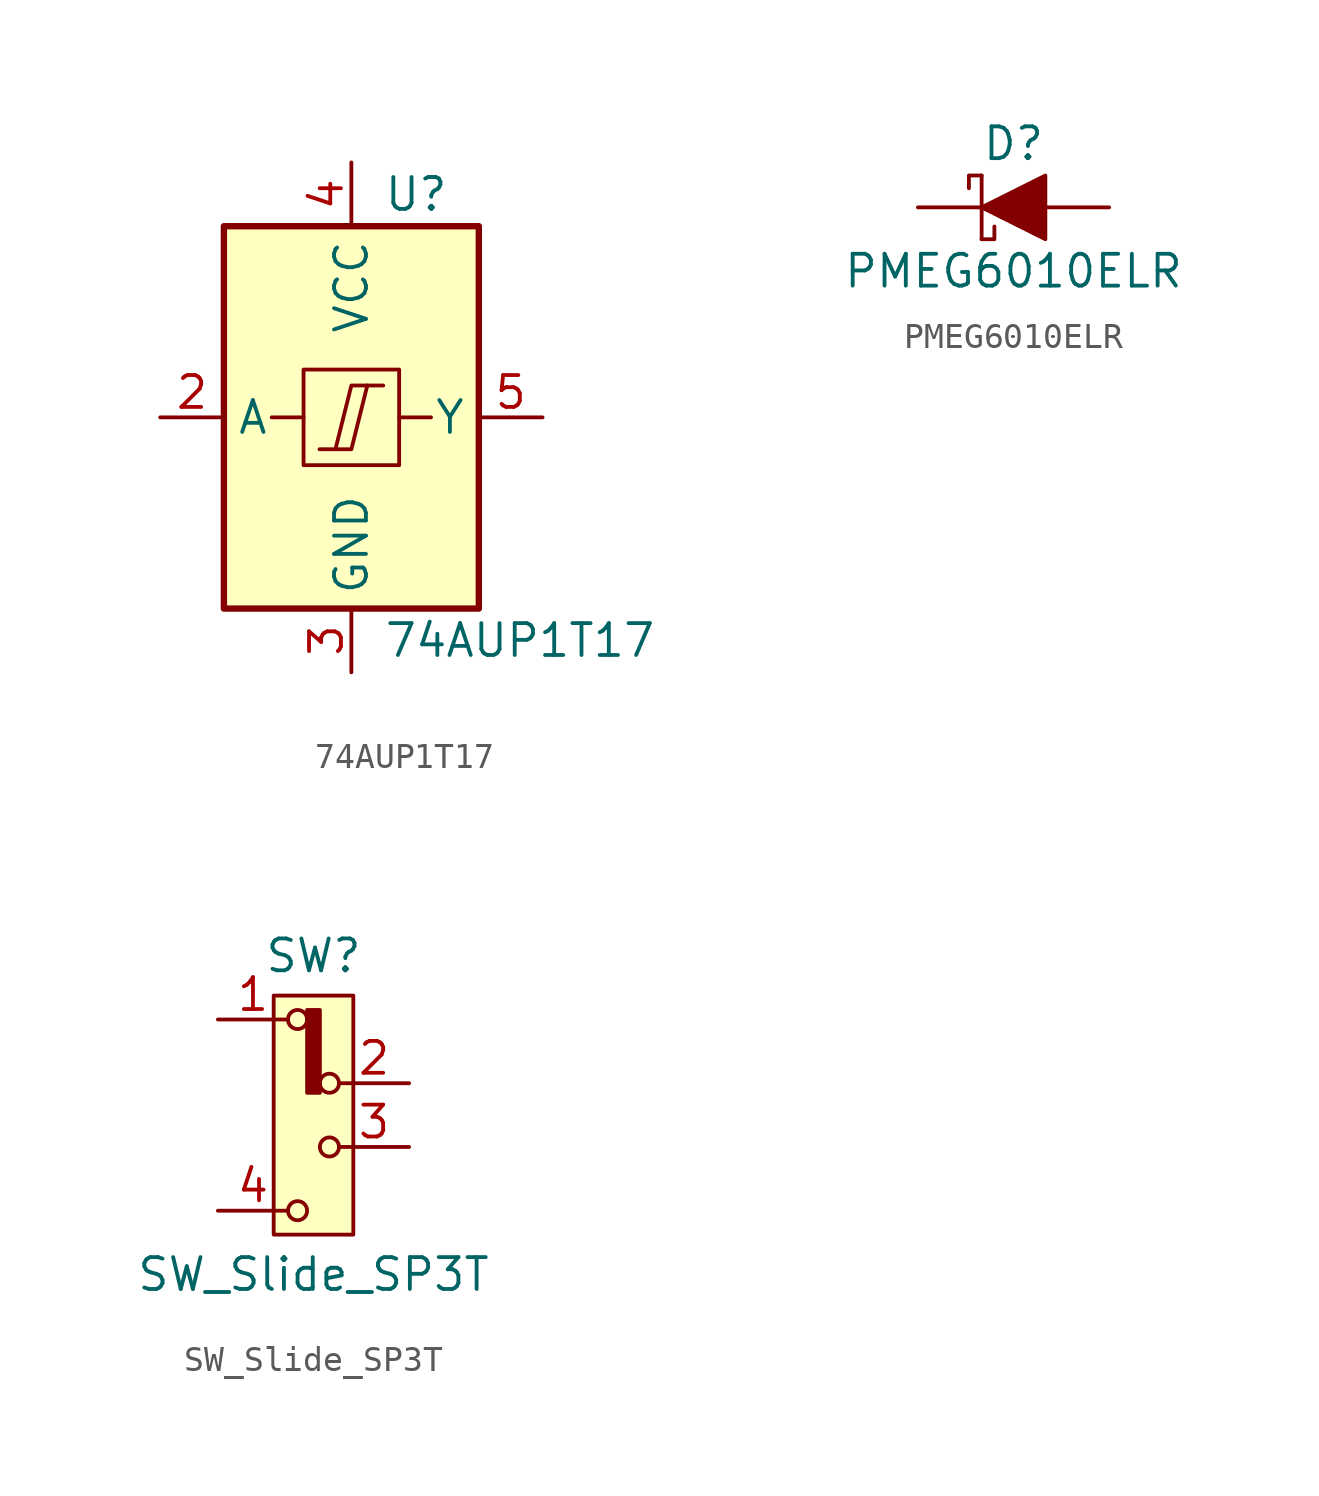
<source format=kicad_sym>
(kicad_symbol_lib
  (version 20231120)
  (generator "kicad_symbol_editor")
  (generator_version "8.0")
  (symbol "74AUP1T17"
    (property "Reference" "U"
      (at 1.27 8.89 0)
      (effects (font (size 1.27 1.27)) (justify left)))
    (property "Value" "74AUP1T17"
      (at 1.27 -8.89 0)
      (effects (font (size 1.27 1.27)) (justify left)))
    (symbol "74AUP1T17_1_1"
      (rectangle (start -5.08 7.62) (end 5.08 -7.62) (stroke (width 0.254) (type default)) (fill (type background)))
      (rectangle (start -1.905 1.905) (end 1.905 -1.905) (stroke (width 0) (type default)) (fill (type none)))
      (polyline (pts (xy -3.175 0) (xy -1.905 0)) (stroke (width 0) (type default)) (fill (type none)))
      (polyline (pts (xy 1.905 0) (xy 3.175 0)) (stroke (width 0) (type default)) (fill (type none)))
      (polyline (pts (xy -0.635 -1.27) (xy 0 -1.27) (xy 0.635 1.27)) (stroke (width 0) (type default)) (fill (type none)))
      (polyline (pts (xy -1.27 -1.27) (xy -0.635 -1.27) (xy 0 1.27) (xy 1.27 1.27)) (stroke (width 0) (type default)) (fill (type none)))
      (pin no_connect line (at -2.54 -7.62 90) (length 2.54) hide (name "NC" (effects (font (size 1.27 1.27)))) (number "1" (effects (font (size 1.27 1.27)))))
      (pin input line (at -7.62 0 0) (length 2.54) (name "A" (effects (font (size 1.27 1.27)))) (number "2" (effects (font (size 1.27 1.27)))))
      (pin power_in line (at 0 -10.16 90) (length 2.54) (name "GND" (effects (font (size 1.27 1.27)))) (number "3" (effects (font (size 1.27 1.27)))))
      (pin power_in line (at 0 10.16 270) (length 2.54) (name "VCC" (effects (font (size 1.27 1.27)))) (number "4" (effects (font (size 1.27 1.27)))))
      (pin output line (at 7.62 0 180) (length 2.54) (name "Y" (effects (font (size 1.27 1.27)))) (number "5" (effects (font (size 1.27 1.27)))))))
  (symbol "PMEG6010ELR"
    (pin_numbers hide)
    (pin_names hide)
    (property "Reference" "D"
      (at 0 2.54 0)
      (effects (font (size 1.27 1.27))))
    (property "Value" "PMEG6010ELR"
      (at 0 -2.54 0)
      (effects (font (size 1.27 1.27))))
    (symbol "PMEG6010ELR_1_1"
      (polyline (pts (xy -1.27 1.27) (xy -1.27 -1.27)) (stroke (width 0) (type default)) (fill (type none)))
      (polyline (pts (xy -1.27 -1.27) (xy -0.762 -1.27) (xy -0.762 -0.762)) (stroke (width 0) (type default)) (fill (type none)))
      (polyline (pts (xy -1.27 1.27) (xy -1.778 1.27) (xy -1.778 0.762)) (stroke (width 0) (type default)) (fill (type none)))
      (polyline (pts (xy -1.27 0) (xy 1.27 1.27) (xy 1.27 -1.27) (xy -1.27 0)) (stroke (width 0) (type default)) (fill (type outline)))
      (pin passive line (at -3.81 0 0) (length 2.54) (name "K" (effects (font (size 1.27 1.27)))) (number "1" (effects (font (size 1.27 1.27)))))
      (pin passive line (at 3.81 0 180) (length 2.54) (name "A" (effects (font (size 1.27 1.27)))) (number "2" (effects (font (size 1.27 1.27)))))))
  (symbol "SW_Slide_SP3T"
    (pin_names hide)
    (property "Reference" "SW"
      (at 0 6.35 0)
      (effects (font (size 1.27 1.27))))
    (property "Value" "SW_Slide_SP3T"
      (at 0 -6.35 0)
      (effects (font (size 1.27 1.27))))
    (symbol "SW_Slide_SP3T_0_1"
      (circle (center -0.635 -3.81) (radius 0.381) (stroke (width 0) (type default)) (fill (type none)))
      (circle (center -0.635 3.81) (radius 0.381) (stroke (width 0) (type default)) (fill (type none)))
      (circle (center 0.635 -1.27) (radius 0.381) (stroke (width 0) (type default)) (fill (type none)))
      (circle (center 0.635 1.27) (radius 0.381) (stroke (width 0) (type default)) (fill (type none))))
    (symbol "SW_Slide_SP3T_1_1"
      (rectangle (start -1.587 4.763) (end 1.587 -4.763) (stroke (width 0) (type default)) (fill (type background)))
      (rectangle (start -0.254 4.191) (end 0.254 0.889) (stroke (width 0) (type default)) (fill (type outline)))
      (pin passive line (at -3.81 3.81 0) (length 2.794) (name "~" (effects (font (size 1.27 1.27)))) (number "1" (effects (font (size 1.27 1.27)))))
      (pin passive line (at 3.81 1.27 180) (length 2.794) (name "~" (effects (font (size 1.27 1.27)))) (number "2" (effects (font (size 1.27 1.27)))))
      (pin passive line (at 3.81 -1.27 180) (length 2.794) (name "~" (effects (font (size 1.27 1.27)))) (number "3" (effects (font (size 1.27 1.27)))))
      (pin passive line (at -3.81 -3.81 0) (length 2.794) (name "~" (effects (font (size 1.27 1.27)))) (number "4" (effects (font (size 1.27 1.27))))))))
</source>
